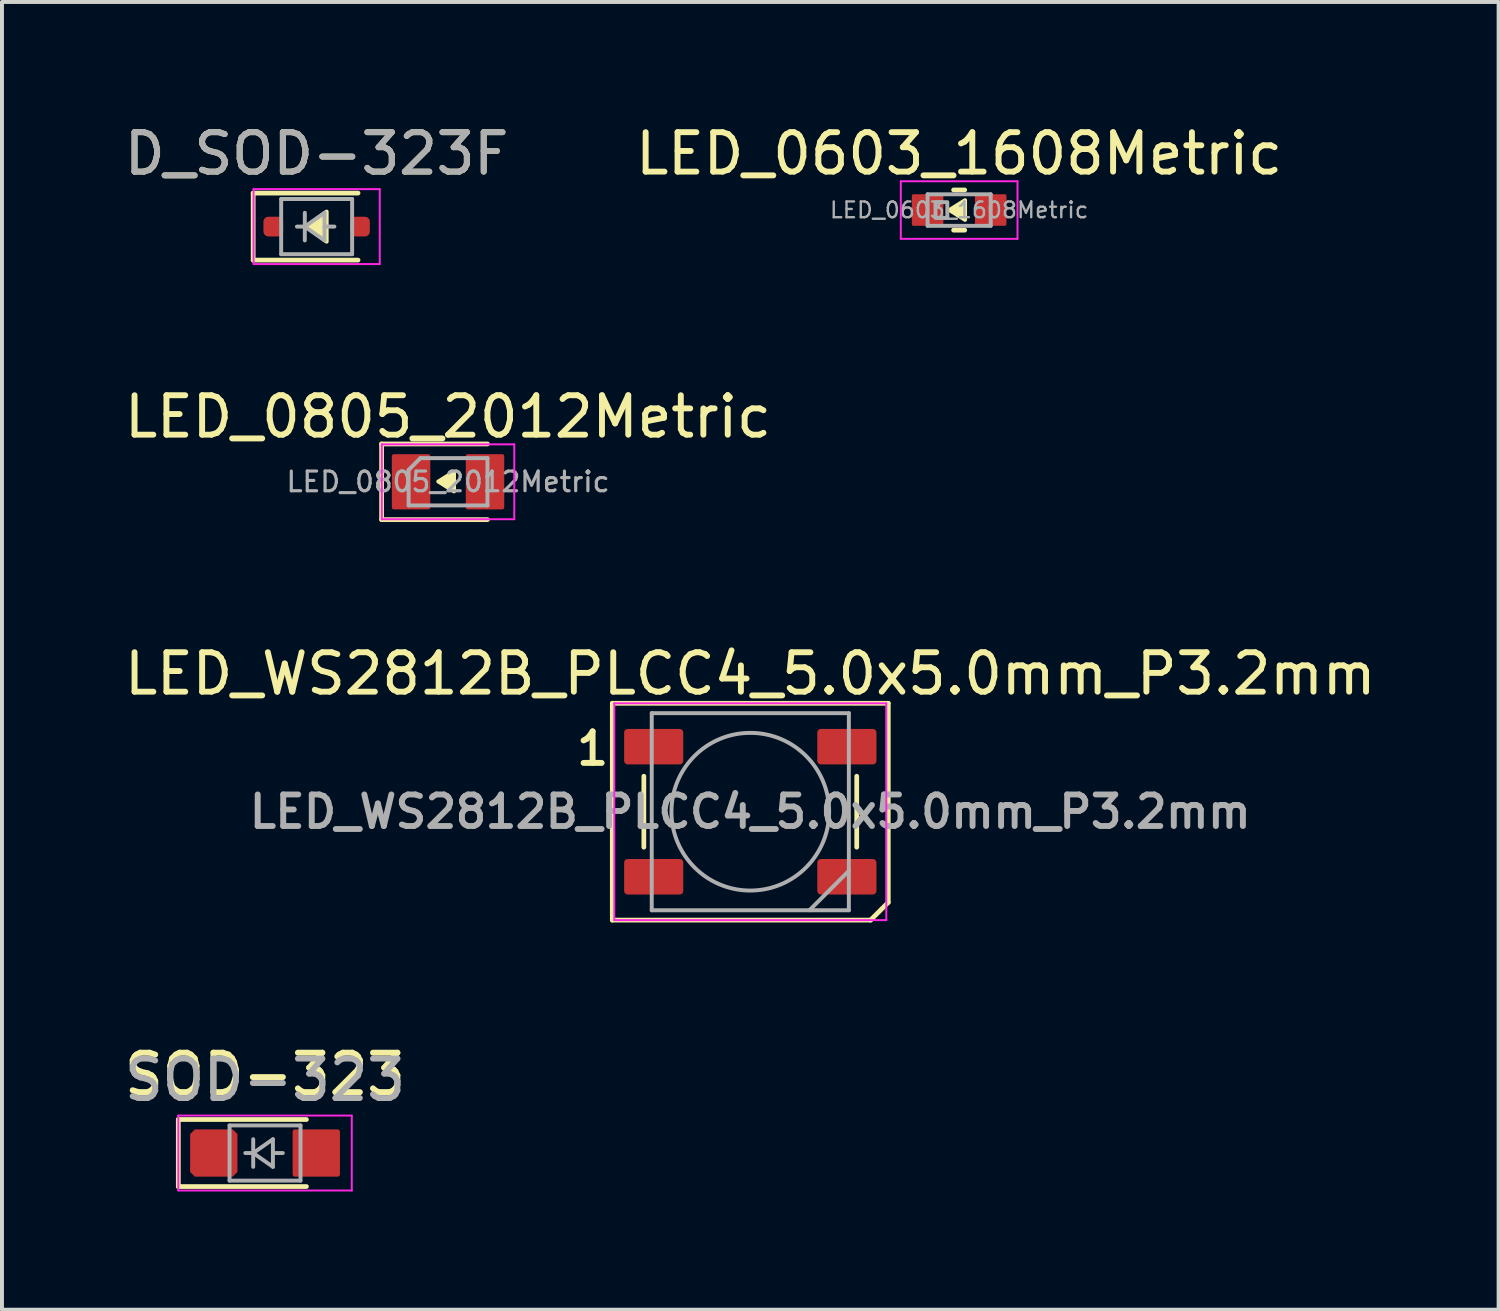
<source format=kicad_pcb>
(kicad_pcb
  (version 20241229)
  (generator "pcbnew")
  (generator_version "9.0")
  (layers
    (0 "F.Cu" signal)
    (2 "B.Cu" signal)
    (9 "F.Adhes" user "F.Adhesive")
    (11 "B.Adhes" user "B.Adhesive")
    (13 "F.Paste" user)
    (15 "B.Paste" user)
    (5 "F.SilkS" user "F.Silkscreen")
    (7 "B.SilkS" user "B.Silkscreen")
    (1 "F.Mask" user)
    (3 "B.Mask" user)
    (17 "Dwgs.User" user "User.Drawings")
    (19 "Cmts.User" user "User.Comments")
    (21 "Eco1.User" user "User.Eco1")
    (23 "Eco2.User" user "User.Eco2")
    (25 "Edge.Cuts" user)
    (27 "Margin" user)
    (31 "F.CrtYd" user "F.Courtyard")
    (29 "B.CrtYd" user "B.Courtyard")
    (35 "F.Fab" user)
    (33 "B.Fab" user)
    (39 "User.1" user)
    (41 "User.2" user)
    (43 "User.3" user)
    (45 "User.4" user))
  (footprint "LED_WS2812B_PLCC4_5.0x5.0mm_P3.2mm"
    (layer "F.Cu")
    (at 15.982 17.54)
    (property "Reference" "LED_WS2812B_PLCC4_5.0x5.0mm_P3.2mm" (at 0 -3.5 0) (layer "F.SilkS") (effects (font (size 1 1) (thickness 0.15))))
    (attr smd)
    (fp_line (start -3.5 -2.75) (end -3.5 2.75) (stroke (width 0.12) (type default)) (layer "F.SilkS"))
    (fp_line (start -3.5 -2.75) (end 3.5 -2.75) (stroke (width 0.12) (type solid)) (layer "F.SilkS"))
    (fp_line (start -3.5 2.75) (end 3.05 2.75) (stroke (width 0.12) (type solid)) (layer "F.SilkS"))
    (fp_line (start -2.7 0.9) (end -2.7 -0.9) (stroke (width 0.12) (type default)) (layer "F.SilkS"))
    (fp_line (start 2.7 0.9) (end 2.7 -0.9) (stroke (width 0.12) (type default)) (layer "F.SilkS"))
    (fp_line (start 3.05 2.75) (end 3.5 2.3) (stroke (width 0.12) (type default)) (layer "F.SilkS"))
    (fp_line (start 3.5 2.3) (end 3.5 -2.75) (stroke (width 0.12) (type default)) (layer "F.SilkS"))
    (fp_line (start -3.45 -2.75) (end -3.45 2.75) (stroke (width 0.05) (type solid)) (layer "F.CrtYd"))
    (fp_line (start -3.45 2.75) (end 3.45 2.75) (stroke (width 0.05) (type solid)) (layer "F.CrtYd"))
    (fp_line (start 3.45 -2.75) (end -3.45 -2.75) (stroke (width 0.05) (type solid)) (layer "F.CrtYd"))
    (fp_line (start 3.45 2.75) (end 3.45 -2.75) (stroke (width 0.05) (type solid)) (layer "F.CrtYd"))
    (fp_line (start -2.5 -2.5) (end -2.5 2.5) (stroke (width 0.1) (type solid)) (layer "F.Fab"))
    (fp_line (start -2.5 2.5) (end 2.5 2.5) (stroke (width 0.1) (type solid)) (layer "F.Fab"))
    (fp_line (start 2.5 -2.5) (end -2.5 -2.5) (stroke (width 0.1) (type solid)) (layer "F.Fab"))
    (fp_line (start 2.5 1.5) (end 1.5 2.5) (stroke (width 0.1) (type solid)) (layer "F.Fab"))
    (fp_line (start 2.5 2.5) (end 2.5 -2.5) (stroke (width 0.1) (type solid)) (layer "F.Fab"))
    (fp_circle (center 0 0) (end 0 -2) (stroke (width 0.1) (type solid)) (fill no) (layer "F.Fab"))
    (fp_text user "1" (at -4 -1.6 0) (unlocked yes) (layer "F.SilkS") (effects (font (size 0.8 0.8) (thickness 0.15))))
    (fp_text user "${REFERENCE}" (at 0 0 0) (layer "F.Fab") (effects (font (size 0.8 0.8) (thickness 0.15))))
    (pad "1" smd roundrect (at -2.45 -1.65) (size 1.5 0.9) (layers "F.Cu" "F.Mask" "F.Paste") (roundrect_rratio 0.1))
    (pad "2" smd roundrect (at -2.45 1.65) (size 1.5 0.9) (layers "F.Cu" "F.Mask" "F.Paste") (roundrect_rratio 0.1))
    (pad "3" smd roundrect (at 2.45 1.65) (size 1.5 0.9) (layers "F.Cu" "F.Mask" "F.Paste") (roundrect_rratio 0.1))
    (pad "4" smd roundrect (at 2.45 -1.65) (size 1.5 0.9) (layers "F.Cu" "F.Mask" "F.Paste") (roundrect_rratio 0.1)))
  (footprint "D_SOD-323F"
    (layer "F.Cu")
    (at 4.982 2.698)
    (property "Reference" "D_SOD-323F" (at 0 -1.85 180) (layer "F.SilkS") (effects (font (size 1 1) (thickness 0.15))))
    (attr smd)
    (fp_line (start -1.61 -0.85) (end -1.61 0.85) (stroke (width 0.12) (type solid)) (layer "F.SilkS"))
    (fp_line (start -1.61 -0.85) (end 1.05 -0.85) (stroke (width 0.12) (type solid)) (layer "F.SilkS"))
    (fp_line (start -1.61 0.85) (end 1.05 0.85) (stroke (width 0.12) (type solid)) (layer "F.SilkS"))
    (fp_poly (pts (xy 0.254 -0.381) (xy 0.254 0.381) (xy -0.273 0)) (stroke (width 0.1) (type solid)) (fill yes) (layer "F.SilkS"))
    (fp_line (start -1.6 -0.95) (end -1.6 0.95) (stroke (width 0.05) (type solid)) (layer "F.CrtYd"))
    (fp_line (start -1.6 -0.95) (end 1.6 -0.95) (stroke (width 0.05) (type solid)) (layer "F.CrtYd"))
    (fp_line (start -1.6 0.95) (end 1.6 0.95) (stroke (width 0.05) (type solid)) (layer "F.CrtYd"))
    (fp_line (start 1.6 -0.95) (end 1.6 0.95) (stroke (width 0.05) (type solid)) (layer "F.CrtYd"))
    (fp_line (start -0.9 -0.7) (end 0.9 -0.7) (stroke (width 0.1) (type solid)) (layer "F.Fab"))
    (fp_line (start -0.9 0.7) (end -0.9 -0.7) (stroke (width 0.1) (type solid)) (layer "F.Fab"))
    (fp_line (start -0.3 -0.35) (end -0.3 0.35) (stroke (width 0.1) (type solid)) (layer "F.Fab"))
    (fp_line (start -0.3 0) (end -0.5 0) (stroke (width 0.1) (type solid)) (layer "F.Fab"))
    (fp_line (start -0.3 0) (end 0.2 -0.35) (stroke (width 0.1) (type solid)) (layer "F.Fab"))
    (fp_line (start 0.2 -0.35) (end 0.2 0.35) (stroke (width 0.1) (type solid)) (layer "F.Fab"))
    (fp_line (start 0.2 0) (end 0.45 0) (stroke (width 0.1) (type solid)) (layer "F.Fab"))
    (fp_line (start 0.2 0.35) (end -0.3 0) (stroke (width 0.1) (type solid)) (layer "F.Fab"))
    (fp_line (start 0.9 -0.7) (end 0.9 0.7) (stroke (width 0.1) (type solid)) (layer "F.Fab"))
    (fp_line (start 0.9 0.7) (end -0.9 0.7) (stroke (width 0.1) (type solid)) (layer "F.Fab"))
    (fp_text user "${REFERENCE}" (at 0 -1.85 180) (layer "F.Fab") (effects (font (size 1 1) (thickness 0.15))))
    (pad "1" smd roundrect (at -1.1 0) (size 0.5 0.5) (layers "F.Cu" "F.Mask" "F.Paste") (roundrect_rratio 0.25))
    (pad "2" smd roundrect (at 1.1 0) (size 0.5 0.5) (layers "F.Cu" "F.Mask" "F.Paste") (roundrect_rratio 0.25)))
  (footprint "LED_0805_2012Metric"
    (layer "F.Cu")
    (at 8.315 9.171)
    (property "Reference" "LED_0805_2012Metric" (at 0 -1.65 0) (layer "F.SilkS") (effects (font (size 1 1) (thickness 0.15))))
    (attr smd)
    (fp_line (start -1.685 -0.96) (end -1.685 0.96) (stroke (width 0.12) (type solid)) (layer "F.SilkS"))
    (fp_line (start -1.685 0.96) (end 1 0.96) (stroke (width 0.12) (type solid)) (layer "F.SilkS"))
    (fp_line (start 1 -0.96) (end -1.685 -0.96) (stroke (width 0.12) (type solid)) (layer "F.SilkS"))
    (fp_poly (pts (xy 0.152 -0.256) (xy 0.152 0.244) (xy -0.248 -0.006)) (stroke (width 0.1) (type solid)) (fill yes) (layer "F.SilkS"))
    (fp_line (start -1.68 -0.95) (end 1.68 -0.95) (stroke (width 0.05) (type solid)) (layer "F.CrtYd"))
    (fp_line (start -1.68 0.95) (end -1.68 -0.95) (stroke (width 0.05) (type solid)) (layer "F.CrtYd"))
    (fp_line (start 1.68 -0.95) (end 1.68 0.95) (stroke (width 0.05) (type solid)) (layer "F.CrtYd"))
    (fp_line (start 1.68 0.95) (end -1.68 0.95) (stroke (width 0.05) (type solid)) (layer "F.CrtYd"))
    (fp_line (start -1 -0.3) (end -1 0.6) (stroke (width 0.1) (type solid)) (layer "F.Fab"))
    (fp_line (start -1 0.6) (end 1 0.6) (stroke (width 0.1) (type solid)) (layer "F.Fab"))
    (fp_line (start -0.7 -0.6) (end -1 -0.3) (stroke (width 0.1) (type solid)) (layer "F.Fab"))
    (fp_line (start 1 -0.6) (end -0.7 -0.6) (stroke (width 0.1) (type solid)) (layer "F.Fab"))
    (fp_line (start 1 0.6) (end 1 -0.6) (stroke (width 0.1) (type solid)) (layer "F.Fab"))
    (fp_text user "${REFERENCE}" (at 0 0 0) (layer "F.Fab") (effects (font (size 0.5 0.5) (thickness 0.08))))
    (pad "A" smd roundrect (at 0.938 0) (size 0.975 1.4) (layers "F.Cu" "F.Mask" "F.Paste") (roundrect_rratio 0.05))
    (pad "C" smd roundrect (at -0.938 0) (size 0.975 1.4) (layers "F.Cu" "F.Mask" "F.Paste") (roundrect_rratio 0.05)))
  (footprint "SOD-323"
    (layer "F.Cu")
    (at 3.673 26.198)
    (property "Reference" "SOD-323" (at 0 -2 0) (layer "F.SilkS") (effects (font (size 1 1) (thickness 0.15))))
    (attr smd)
    (fp_line (start -2.2 -0.85) (end -2.2 0.85) (stroke (width 0.12) (type solid)) (layer "F.SilkS"))
    (fp_line (start -2.2 -0.85) (end 1.05 -0.85) (stroke (width 0.12) (type solid)) (layer "F.SilkS"))
    (fp_line (start -2.2 0.85) (end 1.05 0.85) (stroke (width 0.12) (type solid)) (layer "F.SilkS"))
    (fp_line (start -2.2 -0.95) (end -2.2 0.95) (stroke (width 0.05) (type solid)) (layer "F.CrtYd"))
    (fp_line (start -2.2 -0.95) (end 2.2 -0.95) (stroke (width 0.05) (type solid)) (layer "F.CrtYd"))
    (fp_line (start -2.2 0.95) (end 2.2 0.95) (stroke (width 0.05) (type solid)) (layer "F.CrtYd"))
    (fp_line (start 2.2 -0.95) (end 2.2 0.95) (stroke (width 0.05) (type solid)) (layer "F.CrtYd"))
    (fp_line (start -0.9 -0.7) (end 0.9 -0.7) (stroke (width 0.1) (type solid)) (layer "F.Fab"))
    (fp_line (start -0.9 0.7) (end -0.9 -0.7) (stroke (width 0.1) (type solid)) (layer "F.Fab"))
    (fp_line (start -0.3 -0.35) (end -0.3 0.35) (stroke (width 0.1) (type solid)) (layer "F.Fab"))
    (fp_line (start -0.3 0) (end -0.5 0) (stroke (width 0.1) (type solid)) (layer "F.Fab"))
    (fp_line (start -0.3 0) (end 0.2 -0.35) (stroke (width 0.1) (type solid)) (layer "F.Fab"))
    (fp_line (start 0.2 -0.35) (end 0.2 0.35) (stroke (width 0.1) (type solid)) (layer "F.Fab"))
    (fp_line (start 0.2 0) (end 0.45 0) (stroke (width 0.1) (type solid)) (layer "F.Fab"))
    (fp_line (start 0.2 0.35) (end -0.3 0) (stroke (width 0.1) (type solid)) (layer "F.Fab"))
    (fp_line (start 0.9 -0.7) (end 0.9 0.7) (stroke (width 0.1) (type solid)) (layer "F.Fab"))
    (fp_line (start 0.9 0.7) (end -0.9 0.7) (stroke (width 0.1) (type solid)) (layer "F.Fab"))
    (fp_text user "${REFERENCE}" (at 0 -1.85 0) (layer "F.Fab") (effects (font (size 1 1) (thickness 0.15))))
    (pad "1" smd roundrect (at -1.3 0) (size 1.2 1.2) (layers "F.Cu" "F.Mask" "F.Paste") (roundrect_rratio 0.05) (chamfer_ratio 0.1) (chamfer top_left top_right bottom_left bottom_right))
    (pad "2" smd roundrect (at 1.3 0) (size 1.2 1.2) (layers "F.Cu" "F.Mask" "F.Paste") (roundrect_rratio 0.05)))
  (footprint "LED_0603_1608Metric"
    (layer "F.Cu")
    (at 21.28 2.278)
    (property "Reference" "LED_0603_1608Metric" (at 0 -1.43 180) (layer "F.SilkS") (effects (font (size 1 1) (thickness 0.15))))
    (attr smd)
    (fp_line (start -0.141 -0.51) (end 0.141 -0.51) (stroke (width 0.12) (type solid)) (layer "F.SilkS"))
    (fp_line (start -0.141 0.51) (end 0.141 0.51) (stroke (width 0.12) (type solid)) (layer "F.SilkS"))
    (fp_poly (pts (xy 0.15 -0.25) (xy 0.15 0.25) (xy -0.25 0)) (stroke (width 0.1) (type solid)) (fill yes) (layer "F.SilkS"))
    (fp_line (start -1.48 -0.73) (end 1.48 -0.73) (stroke (width 0.05) (type solid)) (layer "F.CrtYd"))
    (fp_line (start -1.48 0.73) (end -1.48 -0.73) (stroke (width 0.05) (type solid)) (layer "F.CrtYd"))
    (fp_line (start 1.48 -0.73) (end 1.48 0.73) (stroke (width 0.05) (type solid)) (layer "F.CrtYd"))
    (fp_line (start 1.48 0.73) (end -1.48 0.73) (stroke (width 0.05) (type solid)) (layer "F.CrtYd"))
    (fp_line (start -0.8 -0.4) (end 0.8 -0.4) (stroke (width 0.1) (type solid)) (layer "F.Fab"))
    (fp_line (start -0.8 0.4) (end -0.8 -0.4) (stroke (width 0.1) (type solid)) (layer "F.Fab"))
    (fp_line (start 0.8 -0.4) (end 0.8 0.4) (stroke (width 0.1) (type solid)) (layer "F.Fab"))
    (fp_line (start 0.8 0.4) (end -0.8 0.4) (stroke (width 0.1) (type solid)) (layer "F.Fab"))
    (fp_rect (start -0.6 -0.2) (end -0.3 0.2) (stroke (width 0.1) (type solid)) (fill no) (layer "F.Fab"))
    (fp_text user "${REFERENCE}" (at 0 0 180) (layer "F.Fab") (effects (font (size 0.4 0.4) (thickness 0.06))))
    (pad "A" smd roundrect (at 0.8 0) (size 0.8 0.8) (layers "F.Cu" "F.Mask" "F.Paste") (roundrect_rratio 0.05))
    (pad "C" smd roundrect (at -0.8 0) (size 0.8 0.8) (layers "F.Cu" "F.Mask" "F.Paste") (roundrect_rratio 0.05)))
  (gr_rect
    (start -3 -3)
    (end 34.964 30.173)
    (stroke (width 0.1) (type default))
    (fill no)
    (layer "Edge.Cuts")))
</source>
